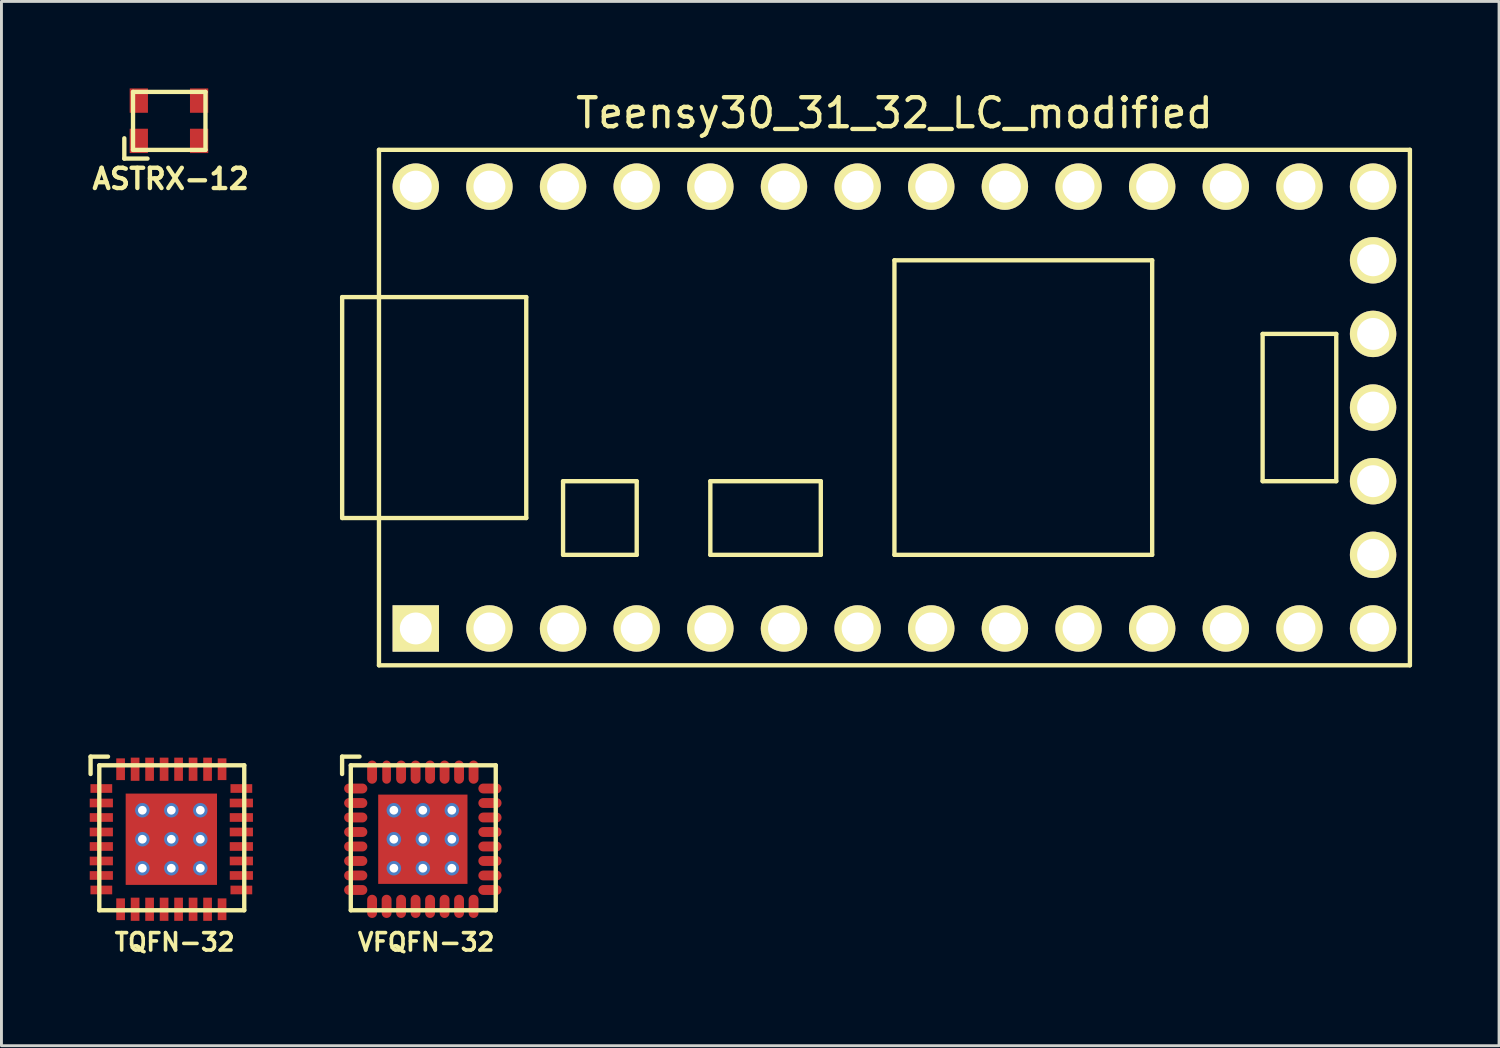
<source format=kicad_pcb>
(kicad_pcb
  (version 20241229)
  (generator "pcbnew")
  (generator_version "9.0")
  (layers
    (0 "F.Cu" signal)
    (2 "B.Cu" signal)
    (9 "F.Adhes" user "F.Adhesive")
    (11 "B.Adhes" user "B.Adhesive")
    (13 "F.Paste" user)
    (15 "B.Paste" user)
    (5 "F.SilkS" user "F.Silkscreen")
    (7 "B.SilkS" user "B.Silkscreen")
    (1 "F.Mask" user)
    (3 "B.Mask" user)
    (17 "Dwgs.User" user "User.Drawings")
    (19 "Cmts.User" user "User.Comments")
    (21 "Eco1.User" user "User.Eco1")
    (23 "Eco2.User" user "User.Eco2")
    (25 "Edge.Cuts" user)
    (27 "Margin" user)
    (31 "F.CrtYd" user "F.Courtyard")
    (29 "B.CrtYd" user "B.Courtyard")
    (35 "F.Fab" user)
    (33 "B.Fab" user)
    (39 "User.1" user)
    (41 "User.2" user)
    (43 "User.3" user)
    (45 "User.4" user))
  (footprint "TQFN-32"
    (layer "F.Cu")
    (at 2.86 25.898)
    (property "Reference" "TQFN-32" (at 0.115 3.55 0) (layer "F.SilkS") (effects (font (size 0.6 0.6) (thickness 0.125))))
    (attr through_hole)
    (fp_line (start -2.785 -2.85) (end -2.785 -2.25) (stroke (width 0.15) (type solid)) (layer "F.SilkS"))
    (fp_line (start -2.485 -2.55) (end 2.515 -2.55) (stroke (width 0.15) (type solid)) (layer "F.SilkS"))
    (fp_line (start -2.485 2.45) (end -2.485 -2.55) (stroke (width 0.15) (type solid)) (layer "F.SilkS"))
    (fp_line (start -2.185 -2.85) (end -2.785 -2.85) (stroke (width 0.15) (type solid)) (layer "F.SilkS"))
    (fp_line (start 2.515 -2.55) (end 2.515 2.45) (stroke (width 0.15) (type solid)) (layer "F.SilkS"))
    (fp_line (start 2.515 2.45) (end -2.485 2.45) (stroke (width 0.15) (type solid)) (layer "F.SilkS"))
    (pad "1" smd rect (at -2.415 -1.75) (size 0.75 0.3) (layers "F.Cu" "F.Mask" "F.Paste"))
    (pad "2" smd rect (at -2.415 -1.25) (size 0.8 0.3) (layers "F.Cu" "F.Mask" "F.Paste"))
    (pad "3" smd rect (at -2.415 -0.75) (size 0.8 0.3) (layers "F.Cu" "F.Mask" "F.Paste"))
    (pad "4" smd rect (at -2.415 -0.25) (size 0.8 0.3) (layers "F.Cu" "F.Mask" "F.Paste"))
    (pad "5" smd rect (at -2.415 0.25) (size 0.8 0.3) (layers "F.Cu" "F.Mask" "F.Paste"))
    (pad "6" smd rect (at -2.415 0.75) (size 0.8 0.3) (layers "F.Cu" "F.Mask" "F.Paste"))
    (pad "7" smd rect (at -2.415 1.25) (size 0.8 0.3) (layers "F.Cu" "F.Mask" "F.Paste"))
    (pad "8" smd rect (at -2.415 1.75) (size 0.75 0.3) (layers "F.Cu" "F.Mask" "F.Paste"))
    (pad "9" smd rect (at -1.75 2.415 90) (size 0.75 0.3) (layers "F.Cu" "F.Mask" "F.Paste"))
    (pad "10" smd rect (at -1.25 2.415 90) (size 0.8 0.3) (layers "F.Cu" "F.Mask" "F.Paste"))
    (pad "11" smd rect (at -0.75 2.415 90) (size 0.8 0.3) (layers "F.Cu" "F.Mask" "F.Paste"))
    (pad "12" smd rect (at -0.25 2.415 90) (size 0.8 0.3) (layers "F.Cu" "F.Mask" "F.Paste"))
    (pad "13" smd rect (at 0.25 2.415 90) (size 0.8 0.3) (layers "F.Cu" "F.Mask" "F.Paste"))
    (pad "14" smd rect (at 0.75 2.415 90) (size 0.8 0.3) (layers "F.Cu" "F.Mask" "F.Paste"))
    (pad "15" smd rect (at 1.25 2.415 90) (size 0.8 0.3) (layers "F.Cu" "F.Mask" "F.Paste"))
    (pad "16" smd rect (at 1.75 2.415 90) (size 0.75 0.3) (layers "F.Cu" "F.Mask" "F.Paste"))
    (pad "17" smd rect (at 2.415 1.75) (size 0.75 0.3) (layers "F.Cu" "F.Mask" "F.Paste"))
    (pad "18" smd rect (at 2.415 1.25) (size 0.8 0.3) (layers "F.Cu" "F.Mask" "F.Paste"))
    (pad "19" smd rect (at 2.415 0.75) (size 0.8 0.3) (layers "F.Cu" "F.Mask" "F.Paste"))
    (pad "20" smd rect (at 2.415 0.25) (size 0.8 0.3) (layers "F.Cu" "F.Mask" "F.Paste"))
    (pad "21" smd rect (at 2.415 -0.25) (size 0.8 0.3) (layers "F.Cu" "F.Mask" "F.Paste"))
    (pad "22" smd rect (at 2.415 -0.75) (size 0.8 0.3) (layers "F.Cu" "F.Mask" "F.Paste"))
    (pad "23" smd rect (at 2.415 -1.25) (size 0.8 0.3) (layers "F.Cu" "F.Mask" "F.Paste"))
    (pad "24" smd rect (at 2.415 -1.75) (size 0.75 0.3) (layers "F.Cu" "F.Mask" "F.Paste"))
    (pad "25" smd rect (at 1.75 -2.415 90) (size 0.75 0.3) (layers "F.Cu" "F.Mask" "F.Paste"))
    (pad "26" smd rect (at 1.25 -2.415 90) (size 0.8 0.3) (layers "F.Cu" "F.Mask" "F.Paste"))
    (pad "27" smd rect (at 0.75 -2.415 90) (size 0.8 0.3) (layers "F.Cu" "F.Mask" "F.Paste"))
    (pad "28" smd rect (at 0.25 -2.415 90) (size 0.8 0.3) (layers "F.Cu" "F.Mask" "F.Paste"))
    (pad "29" smd rect (at -0.25 -2.415 90) (size 0.8 0.3) (layers "F.Cu" "F.Mask" "F.Paste"))
    (pad "30" smd rect (at -0.75 -2.415 90) (size 0.8 0.3) (layers "F.Cu" "F.Mask" "F.Paste"))
    (pad "31" smd rect (at -1.25 -2.415 90) (size 0.8 0.3) (layers "F.Cu" "F.Mask" "F.Paste"))
    (pad "32" smd rect (at -1.75 -2.415 90) (size 0.75 0.3) (layers "F.Cu" "F.Mask" "F.Paste"))
    (pad "EP" thru_hole circle (at -1 -1) (size 0.5 0.5) (drill 0.3) (layers "*.Cu"))
    (pad "EP" thru_hole circle (at -1 0) (size 0.5 0.5) (drill 0.3) (layers "*.Cu"))
    (pad "EP" thru_hole circle (at -1 1) (size 0.5 0.5) (drill 0.3) (layers "*.Cu"))
    (pad "EP" thru_hole circle (at 0 -1) (size 0.5 0.5) (drill 0.3) (layers "*.Cu"))
    (pad "EP" thru_hole circle (at 0 0) (size 0.5 0.5) (drill 0.3) (layers "*.Cu"))
    (pad "EP" smd rect (at 0 0) (size 3.15 3.15) (layers "F.Cu" "F.Mask" "F.Paste"))
    (pad "EP" thru_hole circle (at 0 1) (size 0.5 0.5) (drill 0.3) (layers "*.Cu"))
    (pad "EP" thru_hole circle (at 1 -1) (size 0.5 0.5) (drill 0.3) (layers "*.Cu"))
    (pad "EP" thru_hole circle (at 1 0) (size 0.5 0.5) (drill 0.3) (layers "*.Cu"))
    (pad "EP" thru_hole circle (at 1 1) (size 0.5 0.5) (drill 0.3) (layers "*.Cu")))
  (footprint "VFQFN-32"
    (layer "F.Cu")
    (at 11.535 25.898)
    (property "Reference" "VFQFN-32" (at 0.115 3.55 0) (layer "F.SilkS") (effects (font (size 0.6 0.6) (thickness 0.125))))
    (attr through_hole)
    (fp_line (start -2.785 -2.85) (end -2.785 -2.25) (stroke (width 0.15) (type solid)) (layer "F.SilkS"))
    (fp_line (start -2.485 -2.55) (end 2.515 -2.55) (stroke (width 0.15) (type solid)) (layer "F.SilkS"))
    (fp_line (start -2.485 2.45) (end -2.485 -2.55) (stroke (width 0.15) (type solid)) (layer "F.SilkS"))
    (fp_line (start -2.185 -2.85) (end -2.785 -2.85) (stroke (width 0.15) (type solid)) (layer "F.SilkS"))
    (fp_line (start 2.515 -2.55) (end 2.515 2.45) (stroke (width 0.15) (type solid)) (layer "F.SilkS"))
    (fp_line (start 2.515 2.45) (end -2.485 2.45) (stroke (width 0.15) (type solid)) (layer "F.SilkS"))
    (pad "1" smd oval (at -2.315 -1.75) (size 0.8 0.34) (layers "F.Cu" "F.Mask" "F.Paste"))
    (pad "2" smd oval (at -2.315 -1.25) (size 0.8 0.34) (layers "F.Cu" "F.Mask" "F.Paste"))
    (pad "3" smd oval (at -2.315 -0.75) (size 0.8 0.34) (layers "F.Cu" "F.Mask" "F.Paste"))
    (pad "4" smd oval (at -2.315 -0.25) (size 0.8 0.34) (layers "F.Cu" "F.Mask" "F.Paste"))
    (pad "5" smd oval (at -2.315 0.25) (size 0.8 0.34) (layers "F.Cu" "F.Mask" "F.Paste"))
    (pad "6" smd oval (at -2.315 0.75) (size 0.8 0.34) (layers "F.Cu" "F.Mask" "F.Paste"))
    (pad "7" smd oval (at -2.315 1.25) (size 0.8 0.34) (layers "F.Cu" "F.Mask" "F.Paste"))
    (pad "8" smd oval (at -2.315 1.75) (size 0.8 0.34) (layers "F.Cu" "F.Mask" "F.Paste"))
    (pad "9" smd oval (at -1.75 2.315 90) (size 0.8 0.34) (layers "F.Cu" "F.Mask" "F.Paste"))
    (pad "10" smd oval (at -1.25 2.315 90) (size 0.8 0.34) (layers "F.Cu" "F.Mask" "F.Paste"))
    (pad "11" smd oval (at -0.75 2.315 90) (size 0.8 0.34) (layers "F.Cu" "F.Mask" "F.Paste"))
    (pad "12" smd oval (at -0.25 2.315 90) (size 0.8 0.34) (layers "F.Cu" "F.Mask" "F.Paste"))
    (pad "13" smd oval (at 0.25 2.315 90) (size 0.8 0.34) (layers "F.Cu" "F.Mask" "F.Paste"))
    (pad "14" smd oval (at 0.75 2.315 90) (size 0.8 0.34) (layers "F.Cu" "F.Mask" "F.Paste"))
    (pad "15" smd oval (at 1.25 2.315 90) (size 0.8 0.34) (layers "F.Cu" "F.Mask" "F.Paste"))
    (pad "16" smd oval (at 1.75 2.315 90) (size 0.8 0.34) (layers "F.Cu" "F.Mask" "F.Paste"))
    (pad "17" smd oval (at 2.315 1.75) (size 0.8 0.34) (layers "F.Cu" "F.Mask" "F.Paste"))
    (pad "18" smd oval (at 2.315 1.25) (size 0.8 0.34) (layers "F.Cu" "F.Mask" "F.Paste"))
    (pad "19" smd oval (at 2.315 0.75) (size 0.8 0.34) (layers "F.Cu" "F.Mask" "F.Paste"))
    (pad "20" smd oval (at 2.315 0.25) (size 0.8 0.34) (layers "F.Cu" "F.Mask" "F.Paste"))
    (pad "21" smd oval (at 2.315 -0.25) (size 0.8 0.34) (layers "F.Cu" "F.Mask" "F.Paste"))
    (pad "22" smd oval (at 2.315 -0.75) (size 0.8 0.34) (layers "F.Cu" "F.Mask" "F.Paste"))
    (pad "23" smd oval (at 2.315 -1.25) (size 0.8 0.34) (layers "F.Cu" "F.Mask" "F.Paste"))
    (pad "24" smd oval (at 2.315 -1.75) (size 0.8 0.34) (layers "F.Cu" "F.Mask" "F.Paste"))
    (pad "25" smd oval (at 1.75 -2.315 90) (size 0.8 0.34) (layers "F.Cu" "F.Mask" "F.Paste"))
    (pad "26" smd oval (at 1.25 -2.315 90) (size 0.8 0.34) (layers "F.Cu" "F.Mask" "F.Paste"))
    (pad "27" smd oval (at 0.75 -2.315 90) (size 0.8 0.34) (layers "F.Cu" "F.Mask" "F.Paste"))
    (pad "28" smd oval (at 0.25 -2.315 90) (size 0.8 0.34) (layers "F.Cu" "F.Mask" "F.Paste"))
    (pad "29" smd oval (at -0.25 -2.315 90) (size 0.8 0.34) (layers "F.Cu" "F.Mask" "F.Paste"))
    (pad "30" smd oval (at -0.75 -2.315 90) (size 0.8 0.34) (layers "F.Cu" "F.Mask" "F.Paste"))
    (pad "31" smd oval (at -1.25 -2.315 90) (size 0.8 0.3) (layers "F.Cu" "F.Mask" "F.Paste"))
    (pad "32" smd oval (at -1.75 -2.315 90) (size 0.8 0.34) (layers "F.Cu" "F.Mask" "F.Paste"))
    (pad "EP" thru_hole circle (at -1 -1) (size 0.5 0.5) (drill 0.3) (layers "*.Cu"))
    (pad "EP" thru_hole circle (at -1 0) (size 0.5 0.5) (drill 0.3) (layers "*.Cu"))
    (pad "EP" thru_hole circle (at -1 1) (size 0.5 0.5) (drill 0.3) (layers "*.Cu"))
    (pad "EP" thru_hole circle (at 0 -1) (size 0.5 0.5) (drill 0.3) (layers "*.Cu"))
    (pad "EP" thru_hole circle (at 0 0) (size 0.5 0.5) (drill 0.3) (layers "*.Cu"))
    (pad "EP" smd rect (at 0 0) (size 3.08 3.08) (layers "F.Cu" "F.Mask" "F.Paste"))
    (pad "EP" thru_hole circle (at 0 1) (size 0.5 0.5) (drill 0.3) (layers "*.Cu"))
    (pad "EP" thru_hole circle (at 1 -1) (size 0.5 0.5) (drill 0.3) (layers "*.Cu"))
    (pad "EP" thru_hole circle (at 1 0) (size 0.5 0.5) (drill 0.3) (layers "*.Cu"))
    (pad "EP" thru_hole circle (at 1 1) (size 0.5 0.5) (drill 0.3) (layers "*.Cu")))
  (footprint "Teensy30_31_32_LC_modified"
    (layer "F.Cu")
    (at 27.802 11.008)
    (property "Reference" "Teensy30_31_32_LC_modified" (at 0 -10.16 0) (layer "F.SilkS") (effects (font (size 1 1) (thickness 0.15))))
    (attr through_hole)
    (fp_line (start -19.05 -3.81) (end -17.78 -3.81) (stroke (width 0.15) (type solid)) (layer "F.SilkS"))
    (fp_line (start -19.05 3.81) (end -19.05 -3.81) (stroke (width 0.15) (type solid)) (layer "F.SilkS"))
    (fp_line (start -17.78 -8.89) (end 17.78 -8.89) (stroke (width 0.15) (type solid)) (layer "F.SilkS"))
    (fp_line (start -17.78 3.81) (end -19.05 3.81) (stroke (width 0.15) (type solid)) (layer "F.SilkS"))
    (fp_line (start -17.78 8.89) (end -17.78 -8.89) (stroke (width 0.15) (type solid)) (layer "F.SilkS"))
    (fp_line (start -12.7 -3.81) (end -17.78 -3.81) (stroke (width 0.15) (type solid)) (layer "F.SilkS"))
    (fp_line (start -12.7 3.81) (end -17.78 3.81) (stroke (width 0.15) (type solid)) (layer "F.SilkS"))
    (fp_line (start -12.7 3.81) (end -12.7 -3.81) (stroke (width 0.15) (type solid)) (layer "F.SilkS"))
    (fp_line (start -11.43 2.54) (end -11.43 5.08) (stroke (width 0.15) (type solid)) (layer "F.SilkS"))
    (fp_line (start -11.43 5.08) (end -8.89 5.08) (stroke (width 0.15) (type solid)) (layer "F.SilkS"))
    (fp_line (start -8.89 2.54) (end -11.43 2.54) (stroke (width 0.15) (type solid)) (layer "F.SilkS"))
    (fp_line (start -8.89 5.08) (end -8.89 2.54) (stroke (width 0.15) (type solid)) (layer "F.SilkS"))
    (fp_line (start -6.35 2.54) (end -6.35 5.08) (stroke (width 0.15) (type solid)) (layer "F.SilkS"))
    (fp_line (start -6.35 5.08) (end -2.54 5.08) (stroke (width 0.15) (type solid)) (layer "F.SilkS"))
    (fp_line (start -2.54 2.54) (end -6.35 2.54) (stroke (width 0.15) (type solid)) (layer "F.SilkS"))
    (fp_line (start -2.54 5.08) (end -2.54 2.54) (stroke (width 0.15) (type solid)) (layer "F.SilkS"))
    (fp_line (start 0 -5.08) (end 0 5.08) (stroke (width 0.15) (type solid)) (layer "F.SilkS"))
    (fp_line (start 8.89 -5.08) (end 0 -5.08) (stroke (width 0.15) (type solid)) (layer "F.SilkS"))
    (fp_line (start 8.89 5.08) (end 0 5.08) (stroke (width 0.15) (type solid)) (layer "F.SilkS"))
    (fp_line (start 8.89 5.08) (end 8.89 -5.08) (stroke (width 0.15) (type solid)) (layer "F.SilkS"))
    (fp_line (start 12.7 -2.54) (end 15.24 -2.54) (stroke (width 0.15) (type solid)) (layer "F.SilkS"))
    (fp_line (start 12.7 2.54) (end 12.7 -2.54) (stroke (width 0.15) (type solid)) (layer "F.SilkS"))
    (fp_line (start 15.24 -2.54) (end 15.24 2.54) (stroke (width 0.15) (type solid)) (layer "F.SilkS"))
    (fp_line (start 15.24 2.54) (end 12.7 2.54) (stroke (width 0.15) (type solid)) (layer "F.SilkS"))
    (fp_line (start 17.78 -8.89) (end 17.78 8.89) (stroke (width 0.15) (type solid)) (layer "F.SilkS"))
    (fp_line (start 17.78 8.89) (end -17.78 8.89) (stroke (width 0.15) (type solid)) (layer "F.SilkS"))
    (pad "1" thru_hole rect (at -16.51 7.62) (size 1.6 1.6) (drill 1.1) (layers "*.Cu" "*.Mask" "F.SilkS"))
    (pad "2" thru_hole circle (at -13.97 7.62) (size 1.6 1.6) (drill 1.1) (layers "*.Cu" "*.Mask" "F.SilkS"))
    (pad "3" thru_hole circle (at -11.43 7.62) (size 1.6 1.6) (drill 1.1) (layers "*.Cu" "*.Mask" "F.SilkS"))
    (pad "4" thru_hole circle (at -8.89 7.62) (size 1.6 1.6) (drill 1.1) (layers "*.Cu" "*.Mask" "F.SilkS"))
    (pad "5" thru_hole circle (at -6.35 7.62) (size 1.6 1.6) (drill 1.1) (layers "*.Cu" "*.Mask" "F.SilkS"))
    (pad "6" thru_hole circle (at -3.81 7.62) (size 1.6 1.6) (drill 1.1) (layers "*.Cu" "*.Mask" "F.SilkS"))
    (pad "7" thru_hole circle (at -1.27 7.62) (size 1.6 1.6) (drill 1.1) (layers "*.Cu" "*.Mask" "F.SilkS"))
    (pad "8" thru_hole circle (at 1.27 7.62) (size 1.6 1.6) (drill 1.1) (layers "*.Cu" "*.Mask" "F.SilkS"))
    (pad "9" thru_hole circle (at 3.81 7.62) (size 1.6 1.6) (drill 1.1) (layers "*.Cu" "*.Mask" "F.SilkS"))
    (pad "10" thru_hole circle (at 6.35 7.62) (size 1.6 1.6) (drill 1.1) (layers "*.Cu" "*.Mask" "F.SilkS"))
    (pad "11" thru_hole circle (at 8.89 7.62) (size 1.6 1.6) (drill 1.1) (layers "*.Cu" "*.Mask" "F.SilkS"))
    (pad "12" thru_hole circle (at 11.43 7.62) (size 1.6 1.6) (drill 1.1) (layers "*.Cu" "*.Mask" "F.SilkS"))
    (pad "13" thru_hole circle (at 13.97 7.62) (size 1.6 1.6) (drill 1.1) (layers "*.Cu" "*.Mask" "F.SilkS"))
    (pad "14" thru_hole circle (at 16.51 7.62) (size 1.6 1.6) (drill 1.1) (layers "*.Cu" "*.Mask" "F.SilkS"))
    (pad "15" thru_hole circle (at 16.51 5.08) (size 1.6 1.6) (drill 1.1) (layers "*.Cu" "*.Mask" "F.SilkS"))
    (pad "16" thru_hole circle (at 16.51 2.54) (size 1.6 1.6) (drill 1.1) (layers "*.Cu" "*.Mask" "F.SilkS"))
    (pad "17" thru_hole circle (at 16.51 0) (size 1.6 1.6) (drill 1.1) (layers "*.Cu" "*.Mask" "F.SilkS"))
    (pad "18" thru_hole circle (at 16.51 -2.54) (size 1.6 1.6) (drill 1.1) (layers "*.Cu" "*.Mask" "F.SilkS"))
    (pad "19" thru_hole circle (at 16.51 -5.08) (size 1.6 1.6) (drill 1.1) (layers "*.Cu" "*.Mask" "F.SilkS"))
    (pad "20" thru_hole circle (at 16.51 -7.62) (size 1.6 1.6) (drill 1.1) (layers "*.Cu" "*.Mask" "F.SilkS"))
    (pad "21" thru_hole circle (at 13.97 -7.62) (size 1.6 1.6) (drill 1.1) (layers "*.Cu" "*.Mask" "F.SilkS"))
    (pad "22" thru_hole circle (at 11.43 -7.62) (size 1.6 1.6) (drill 1.1) (layers "*.Cu" "*.Mask" "F.SilkS"))
    (pad "23" thru_hole circle (at 8.89 -7.62) (size 1.6 1.6) (drill 1.1) (layers "*.Cu" "*.Mask" "F.SilkS"))
    (pad "24" thru_hole circle (at 6.35 -7.62) (size 1.6 1.6) (drill 1.1) (layers "*.Cu" "*.Mask" "F.SilkS"))
    (pad "25" thru_hole circle (at 3.81 -7.62) (size 1.6 1.6) (drill 1.1) (layers "*.Cu" "*.Mask" "F.SilkS"))
    (pad "26" thru_hole circle (at 1.27 -7.62) (size 1.6 1.6) (drill 1.1) (layers "*.Cu" "*.Mask" "F.SilkS"))
    (pad "27" thru_hole circle (at -1.27 -7.62) (size 1.6 1.6) (drill 1.1) (layers "*.Cu" "*.Mask" "F.SilkS"))
    (pad "28" thru_hole circle (at -3.81 -7.62) (size 1.6 1.6) (drill 1.1) (layers "*.Cu" "*.Mask" "F.SilkS"))
    (pad "29" thru_hole circle (at -6.35 -7.62) (size 1.6 1.6) (drill 1.1) (layers "*.Cu" "*.Mask" "F.SilkS"))
    (pad "30" thru_hole circle (at -8.89 -7.62) (size 1.6 1.6) (drill 1.1) (layers "*.Cu" "*.Mask" "F.SilkS"))
    (pad "31" thru_hole circle (at -11.43 -7.62) (size 1.6 1.6) (drill 1.1) (layers "*.Cu" "*.Mask" "F.SilkS"))
    (pad "32" thru_hole circle (at -13.97 -7.62) (size 1.6 1.6) (drill 1.1) (layers "*.Cu" "*.Mask" "F.SilkS"))
    (pad "33" thru_hole circle (at -16.51 -7.62) (size 1.6 1.6) (drill 1.1) (layers "*.Cu" "*.Mask" "F.SilkS")))
  (footprint "ASTRX-12"
    (layer "F.Cu")
    (at 2.738 1.12)
    (property "Reference" "ASTRX-12" (at 0.1 2 0) (layer "F.SilkS") (effects (font (size 0.7 0.7) (thickness 0.15))))
    (attr through_hole)
    (fp_line (start -1.5 1.3) (end -1.5 0.6) (stroke (width 0.15) (type solid)) (layer "F.SilkS"))
    (fp_line (start -1.5 1.3) (end -0.7 1.3) (stroke (width 0.15) (type solid)) (layer "F.SilkS"))
    (fp_line (start -1.2 -1) (end 1.3 -1) (stroke (width 0.15) (type solid)) (layer "F.SilkS"))
    (fp_line (start -1.2 1) (end -1.2 -1) (stroke (width 0.15) (type solid)) (layer "F.SilkS"))
    (fp_line (start 1.3 -1) (end 1.3 1) (stroke (width 0.15) (type solid)) (layer "F.SilkS"))
    (fp_line (start 1.3 1) (end -1.2 1) (stroke (width 0.15) (type solid)) (layer "F.SilkS"))
    (pad "1" smd rect (at -1 0.69) (size 0.63 0.84) (layers "F.Cu" "F.Mask" "F.Paste"))
    (pad "3" smd rect (at 1.08 0.69) (size 0.63 0.84) (layers "F.Cu" "F.Mask" "F.Paste"))
    (pad "4" smd rect (at 1.08 -0.7) (size 0.63 0.84) (layers "F.Cu" "F.Mask" "F.Paste"))
    (pad "6" smd rect (at -1 -0.7) (size 0.63 0.84) (layers "F.Cu" "F.Mask" "F.Paste")))
  (gr_rect
    (start -3 -3)
    (end 48.657 33.019)
    (stroke (width 0.1) (type default))
    (fill no)
    (layer "Edge.Cuts")))
</source>
